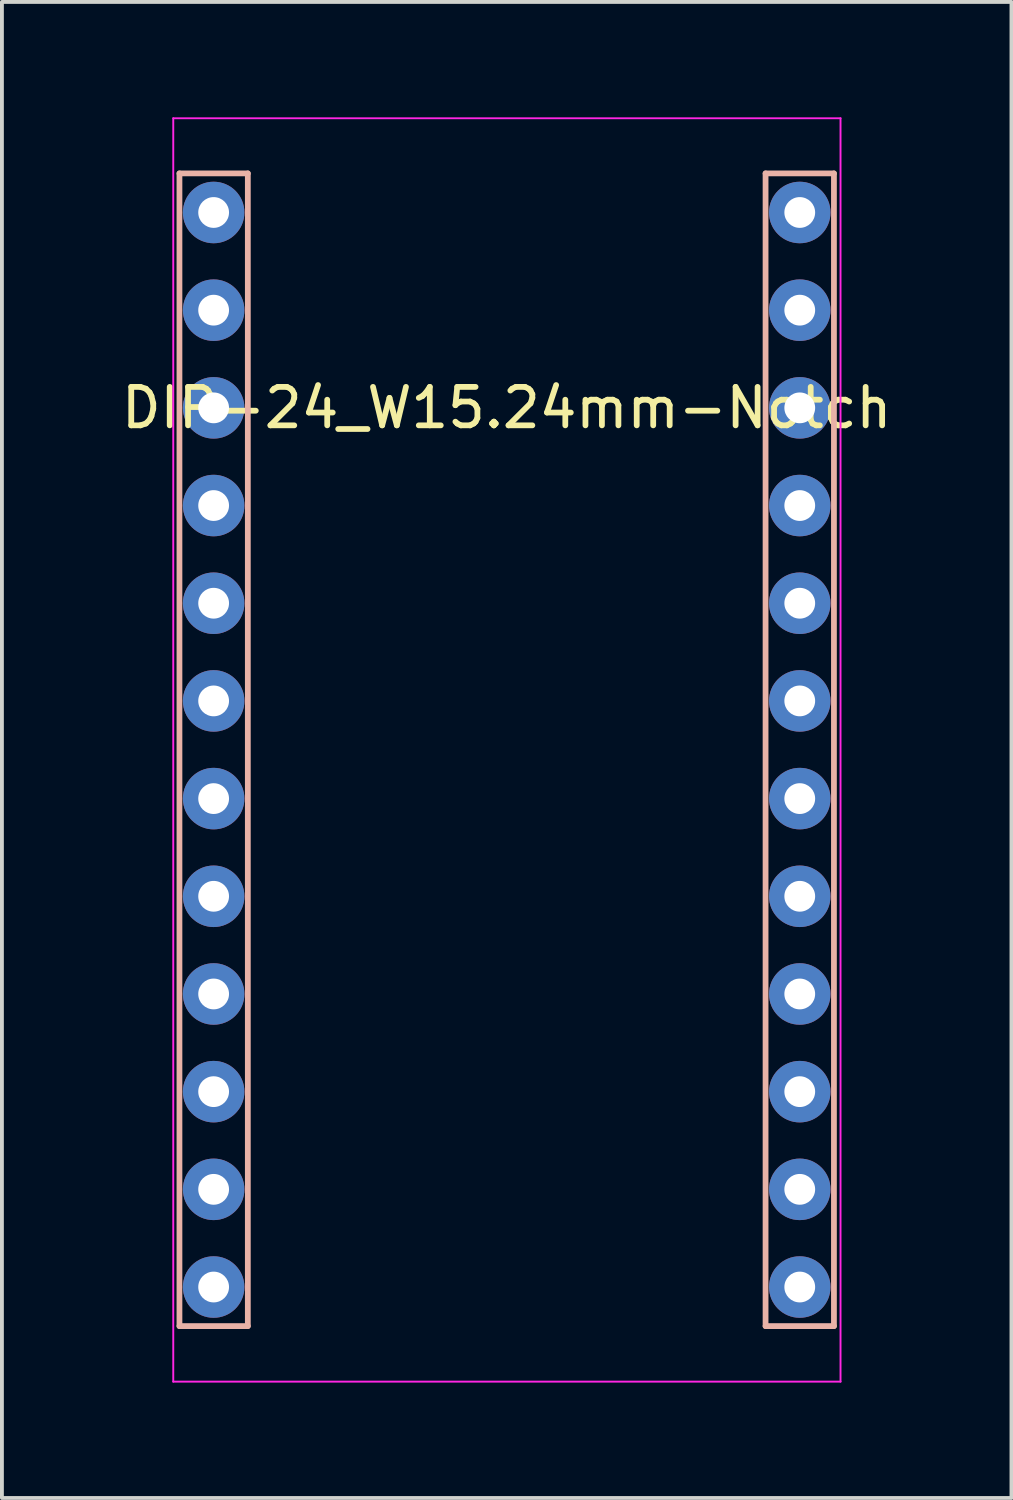
<source format=kicad_pcb>
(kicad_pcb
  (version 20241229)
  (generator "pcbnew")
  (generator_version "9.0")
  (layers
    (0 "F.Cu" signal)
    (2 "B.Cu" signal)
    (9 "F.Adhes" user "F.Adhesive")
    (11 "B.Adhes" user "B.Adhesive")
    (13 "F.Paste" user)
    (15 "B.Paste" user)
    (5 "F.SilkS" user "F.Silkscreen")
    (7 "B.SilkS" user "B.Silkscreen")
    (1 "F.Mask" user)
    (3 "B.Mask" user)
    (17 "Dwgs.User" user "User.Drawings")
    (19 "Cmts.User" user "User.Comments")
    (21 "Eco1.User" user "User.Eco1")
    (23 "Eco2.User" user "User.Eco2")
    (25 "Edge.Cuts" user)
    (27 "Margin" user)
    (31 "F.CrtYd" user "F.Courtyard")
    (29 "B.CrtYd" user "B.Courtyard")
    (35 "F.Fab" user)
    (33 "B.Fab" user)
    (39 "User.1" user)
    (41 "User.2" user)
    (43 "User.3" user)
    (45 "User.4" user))
  (footprint "DIP-24_W15.24mm-Notch"
    (layer "F.Cu")
    (at 2.505 2.475)
    (property "Reference" "DIP-24_W15.24mm-Notch" (at 7.62 5.08 0) (layer "F.SilkS") (effects (font (size 1 1) (thickness 0.15))))
    (attr through_hole)
    (fp_line (start -0.889 -1.016) (end 0.889 -1.016) (stroke (width 0.15) (type solid)) (layer "B.SilkS"))
    (fp_line (start -0.889 28.956) (end -0.889 -1.016) (stroke (width 0.15) (type solid)) (layer "B.SilkS"))
    (fp_line (start 0.889 -1.016) (end 0.889 28.956) (stroke (width 0.15) (type solid)) (layer "B.SilkS"))
    (fp_line (start 0.889 28.956) (end -0.889 28.956) (stroke (width 0.15) (type solid)) (layer "B.SilkS"))
    (fp_line (start 14.351 -1.016) (end 16.129 -1.016) (stroke (width 0.15) (type solid)) (layer "B.SilkS"))
    (fp_line (start 14.351 28.956) (end 14.351 -1.016) (stroke (width 0.15) (type solid)) (layer "B.SilkS"))
    (fp_line (start 16.129 -1.016) (end 16.129 28.956) (stroke (width 0.15) (type solid)) (layer "B.SilkS"))
    (fp_line (start 16.129 28.956) (end 14.351 28.956) (stroke (width 0.15) (type solid)) (layer "B.SilkS"))
    (fp_line (start -1.05 -2.45) (end -1.05 30.4) (stroke (width 0.05) (type solid)) (layer "F.CrtYd"))
    (fp_line (start -1.05 -2.45) (end 16.3 -2.45) (stroke (width 0.05) (type solid)) (layer "F.CrtYd"))
    (fp_line (start -1.05 30.4) (end 16.3 30.4) (stroke (width 0.05) (type solid)) (layer "F.CrtYd"))
    (fp_line (start 16.3 -2.45) (end 16.3 30.4) (stroke (width 0.05) (type solid)) (layer "F.CrtYd"))
    (pad "1" thru_hole oval (at 0 0) (size 1.6 1.6) (drill 0.8) (layers "*.Cu" "*.Mask"))
    (pad "2" thru_hole oval (at 0 2.54) (size 1.6 1.6) (drill 0.8) (layers "*.Cu" "*.Mask"))
    (pad "3" thru_hole oval (at 0 5.08) (size 1.6 1.6) (drill 0.8) (layers "*.Cu" "*.Mask"))
    (pad "4" thru_hole oval (at 0 7.62) (size 1.6 1.6) (drill 0.8) (layers "*.Cu" "*.Mask"))
    (pad "5" thru_hole oval (at 0 10.16) (size 1.6 1.6) (drill 0.8) (layers "*.Cu" "*.Mask"))
    (pad "6" thru_hole oval (at 0 12.7) (size 1.6 1.6) (drill 0.8) (layers "*.Cu" "*.Mask"))
    (pad "7" thru_hole oval (at 0 15.24) (size 1.6 1.6) (drill 0.8) (layers "*.Cu" "*.Mask"))
    (pad "8" thru_hole oval (at 0 17.78) (size 1.6 1.6) (drill 0.8) (layers "*.Cu" "*.Mask"))
    (pad "9" thru_hole oval (at 0 20.32) (size 1.6 1.6) (drill 0.8) (layers "*.Cu" "*.Mask"))
    (pad "10" thru_hole oval (at 0 22.86) (size 1.6 1.6) (drill 0.8) (layers "*.Cu" "*.Mask"))
    (pad "11" thru_hole oval (at 0 25.4) (size 1.6 1.6) (drill 0.8) (layers "*.Cu" "*.Mask"))
    (pad "12" thru_hole oval (at 0 27.94) (size 1.6 1.6) (drill 0.8) (layers "*.Cu" "*.Mask"))
    (pad "13" thru_hole oval (at 15.24 27.94) (size 1.6 1.6) (drill 0.8) (layers "*.Cu" "*.Mask"))
    (pad "14" thru_hole oval (at 15.24 25.4) (size 1.6 1.6) (drill 0.8) (layers "*.Cu" "*.Mask"))
    (pad "15" thru_hole oval (at 15.24 22.86) (size 1.6 1.6) (drill 0.8) (layers "*.Cu" "*.Mask"))
    (pad "16" thru_hole oval (at 15.24 20.32) (size 1.6 1.6) (drill 0.8) (layers "*.Cu" "*.Mask"))
    (pad "17" thru_hole oval (at 15.24 17.78) (size 1.6 1.6) (drill 0.8) (layers "*.Cu" "*.Mask"))
    (pad "18" thru_hole oval (at 15.24 15.24) (size 1.6 1.6) (drill 0.8) (layers "*.Cu" "*.Mask"))
    (pad "19" thru_hole oval (at 15.24 12.7) (size 1.6 1.6) (drill 0.8) (layers "*.Cu" "*.Mask"))
    (pad "20" thru_hole oval (at 15.24 10.16) (size 1.6 1.6) (drill 0.8) (layers "*.Cu" "*.Mask"))
    (pad "21" thru_hole oval (at 15.24 7.62) (size 1.6 1.6) (drill 0.8) (layers "*.Cu" "*.Mask"))
    (pad "22" thru_hole oval (at 15.24 5.08) (size 1.6 1.6) (drill 0.8) (layers "*.Cu" "*.Mask"))
    (pad "23" thru_hole oval (at 15.24 2.54) (size 1.6 1.6) (drill 0.8) (layers "*.Cu" "*.Mask"))
    (pad "24" thru_hole oval (at 15.24 0) (size 1.6 1.6) (drill 0.8) (layers "*.Cu" "*.Mask")))
  (gr_rect
    (start -3 -3)
    (end 23.25 35.9)
    (stroke (width 0.1) (type default))
    (fill no)
    (layer "Edge.Cuts")))
</source>
